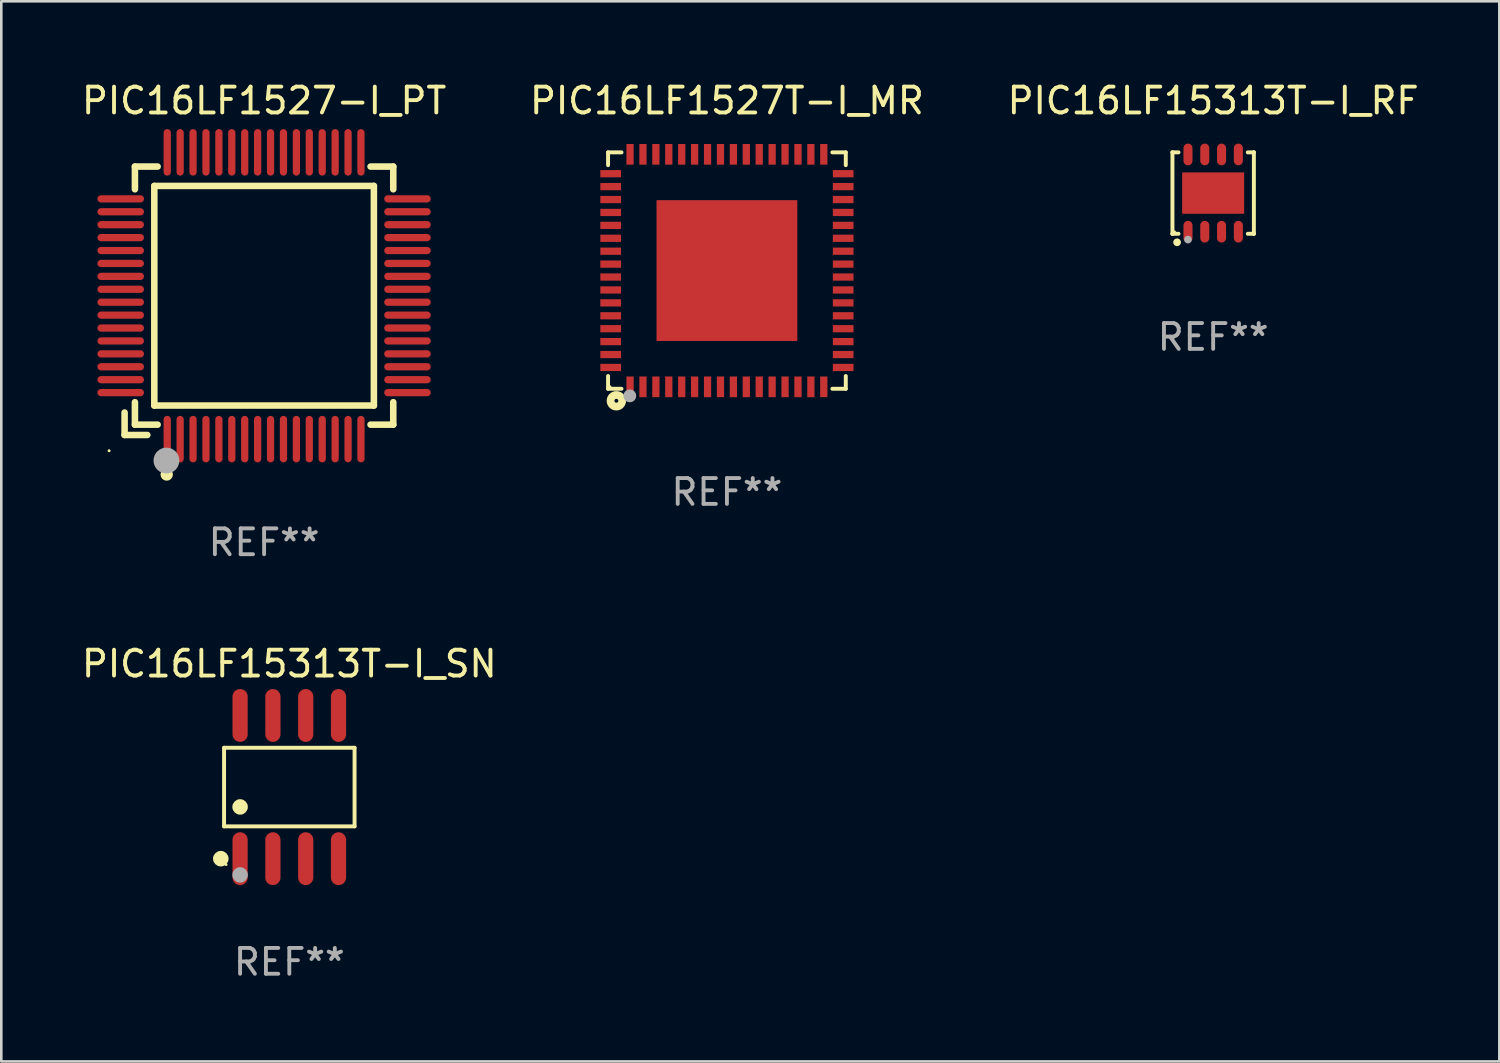
<source format=kicad_pcb>
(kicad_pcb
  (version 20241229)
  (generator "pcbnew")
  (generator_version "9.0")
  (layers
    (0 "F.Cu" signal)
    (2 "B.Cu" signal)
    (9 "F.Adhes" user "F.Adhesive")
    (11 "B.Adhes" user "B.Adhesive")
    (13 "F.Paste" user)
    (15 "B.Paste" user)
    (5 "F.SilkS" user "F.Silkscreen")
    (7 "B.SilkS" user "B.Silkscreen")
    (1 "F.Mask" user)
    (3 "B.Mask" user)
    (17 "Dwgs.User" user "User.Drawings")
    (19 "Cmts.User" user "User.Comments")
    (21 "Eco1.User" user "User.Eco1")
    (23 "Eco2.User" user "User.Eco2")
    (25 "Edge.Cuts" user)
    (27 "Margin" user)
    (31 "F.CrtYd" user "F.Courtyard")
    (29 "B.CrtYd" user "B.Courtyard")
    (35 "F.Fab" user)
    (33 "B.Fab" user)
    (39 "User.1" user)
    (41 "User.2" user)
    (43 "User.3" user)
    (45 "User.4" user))
  (footprint "PIC16LF1527-I_PT"
    (layer "F.Cu")
    (at 7.173 8.398)
    (property "Reference" "PIC16LF1527-I_PT" (at 0 -7.55 0) (layer "F.SilkS") (effects (font (size 1 1) (thickness 0.15))))
    (attr through_hole)
    (fp_line (start -5.4 4.521) (end -5.4 5.39) (stroke (width 0.254) (type solid)) (layer "F.SilkS"))
    (fp_line (start -5.4 5.39) (end -4.521 5.39) (stroke (width 0.254) (type solid)) (layer "F.SilkS"))
    (fp_line (start -5 -5) (end -5 -4.121) (stroke (width 0.254) (type solid)) (layer "F.SilkS"))
    (fp_line (start -5 4.121) (end -5 4.99) (stroke (width 0.254) (type solid)) (layer "F.SilkS"))
    (fp_line (start -5 4.99) (end -4.121 4.99) (stroke (width 0.254) (type solid)) (layer "F.SilkS"))
    (fp_line (start -4.25 -4.25) (end -4.25 4.25) (stroke (width 0.254) (type solid)) (layer "F.SilkS"))
    (fp_line (start -4.25 4.25) (end 4.25 4.25) (stroke (width 0.254) (type solid)) (layer "F.SilkS"))
    (fp_line (start -4.121 -5) (end -5 -5) (stroke (width 0.254) (type solid)) (layer "F.SilkS"))
    (fp_line (start 4.121 4.99) (end 5 4.99) (stroke (width 0.254) (type solid)) (layer "F.SilkS"))
    (fp_line (start 4.25 -4.25) (end -4.25 -4.25) (stroke (width 0.254) (type solid)) (layer "F.SilkS"))
    (fp_line (start 4.25 4.25) (end 4.25 -4.25) (stroke (width 0.254) (type solid)) (layer "F.SilkS"))
    (fp_line (start 5 -5) (end 4.121 -5) (stroke (width 0.254) (type solid)) (layer "F.SilkS"))
    (fp_line (start 5 -4.121) (end 5 -5) (stroke (width 0.254) (type solid)) (layer "F.SilkS"))
    (fp_line (start 5 4.99) (end 5 4.121) (stroke (width 0.254) (type solid)) (layer "F.SilkS"))
    (fp_circle (center -6 6) (end -5.97 6) (stroke (width 0.06) (type solid)) (fill no) (layer "F.SilkS"))
    (fp_circle (center -3.77 6.92) (end -3.65 6.92) (stroke (width 0.24) (type solid)) (fill no) (layer "F.SilkS"))
    (fp_circle (center -3.78 6.38) (end -3.53 6.38) (stroke (width 0.5) (type solid)) (fill no) (layer "F.Fab"))
    (fp_text user "REF**" (at 0 9.55 0) (layer "F.Fab") (effects (font (size 1 1) (thickness 0.15))))
    (pad "1" smd oval (at -3.75 5.55) (size 0.28 1.8) (layers "F.Cu" "F.Mask" "F.Paste"))
    (pad "2" smd oval (at -3.25 5.55) (size 0.28 1.8) (layers "F.Cu" "F.Mask" "F.Paste"))
    (pad "3" smd oval (at -2.75 5.55) (size 0.28 1.8) (layers "F.Cu" "F.Mask" "F.Paste"))
    (pad "4" smd oval (at -2.25 5.55) (size 0.28 1.8) (layers "F.Cu" "F.Mask" "F.Paste"))
    (pad "5" smd oval (at -1.75 5.55) (size 0.28 1.8) (layers "F.Cu" "F.Mask" "F.Paste"))
    (pad "6" smd oval (at -1.25 5.55) (size 0.28 1.8) (layers "F.Cu" "F.Mask" "F.Paste"))
    (pad "7" smd oval (at -0.75 5.55) (size 0.28 1.8) (layers "F.Cu" "F.Mask" "F.Paste"))
    (pad "8" smd oval (at -0.25 5.55) (size 0.28 1.8) (layers "F.Cu" "F.Mask" "F.Paste"))
    (pad "9" smd oval (at 0.25 5.55) (size 0.28 1.8) (layers "F.Cu" "F.Mask" "F.Paste"))
    (pad "10" smd oval (at 0.75 5.55) (size 0.28 1.8) (layers "F.Cu" "F.Mask" "F.Paste"))
    (pad "11" smd oval (at 1.25 5.55) (size 0.28 1.8) (layers "F.Cu" "F.Mask" "F.Paste"))
    (pad "12" smd oval (at 1.75 5.55) (size 0.28 1.8) (layers "F.Cu" "F.Mask" "F.Paste"))
    (pad "13" smd oval (at 2.25 5.55) (size 0.28 1.8) (layers "F.Cu" "F.Mask" "F.Paste"))
    (pad "14" smd oval (at 2.75 5.55) (size 0.28 1.8) (layers "F.Cu" "F.Mask" "F.Paste"))
    (pad "15" smd oval (at 3.25 5.55) (size 0.28 1.8) (layers "F.Cu" "F.Mask" "F.Paste"))
    (pad "16" smd oval (at 3.75 5.55) (size 0.28 1.8) (layers "F.Cu" "F.Mask" "F.Paste"))
    (pad "17" smd oval (at 5.55 3.75) (size 1.8 0.28) (layers "F.Cu" "F.Mask" "F.Paste"))
    (pad "18" smd oval (at 5.55 3.25) (size 1.8 0.28) (layers "F.Cu" "F.Mask" "F.Paste"))
    (pad "19" smd oval (at 5.55 2.75) (size 1.8 0.28) (layers "F.Cu" "F.Mask" "F.Paste"))
    (pad "20" smd oval (at 5.55 2.25) (size 1.8 0.28) (layers "F.Cu" "F.Mask" "F.Paste"))
    (pad "21" smd oval (at 5.55 1.75) (size 1.8 0.28) (layers "F.Cu" "F.Mask" "F.Paste"))
    (pad "22" smd oval (at 5.55 1.25) (size 1.8 0.28) (layers "F.Cu" "F.Mask" "F.Paste"))
    (pad "23" smd oval (at 5.55 0.75) (size 1.8 0.28) (layers "F.Cu" "F.Mask" "F.Paste"))
    (pad "24" smd oval (at 5.55 0.25) (size 1.8 0.28) (layers "F.Cu" "F.Mask" "F.Paste"))
    (pad "25" smd oval (at 5.55 -0.25) (size 1.8 0.28) (layers "F.Cu" "F.Mask" "F.Paste"))
    (pad "26" smd oval (at 5.55 -0.75) (size 1.8 0.28) (layers "F.Cu" "F.Mask" "F.Paste"))
    (pad "27" smd oval (at 5.55 -1.25) (size 1.8 0.28) (layers "F.Cu" "F.Mask" "F.Paste"))
    (pad "28" smd oval (at 5.55 -1.75) (size 1.8 0.28) (layers "F.Cu" "F.Mask" "F.Paste"))
    (pad "29" smd oval (at 5.55 -2.25) (size 1.8 0.28) (layers "F.Cu" "F.Mask" "F.Paste"))
    (pad "30" smd oval (at 5.55 -2.75) (size 1.8 0.28) (layers "F.Cu" "F.Mask" "F.Paste"))
    (pad "31" smd oval (at 5.55 -3.25) (size 1.8 0.28) (layers "F.Cu" "F.Mask" "F.Paste"))
    (pad "32" smd oval (at 5.55 -3.75) (size 1.8 0.28) (layers "F.Cu" "F.Mask" "F.Paste"))
    (pad "33" smd oval (at 3.75 -5.55) (size 0.28 1.8) (layers "F.Cu" "F.Mask" "F.Paste"))
    (pad "34" smd oval (at 3.25 -5.55) (size 0.28 1.8) (layers "F.Cu" "F.Mask" "F.Paste"))
    (pad "35" smd oval (at 2.75 -5.55) (size 0.28 1.8) (layers "F.Cu" "F.Mask" "F.Paste"))
    (pad "36" smd oval (at 2.25 -5.55) (size 0.28 1.8) (layers "F.Cu" "F.Mask" "F.Paste"))
    (pad "37" smd oval (at 1.75 -5.55) (size 0.28 1.8) (layers "F.Cu" "F.Mask" "F.Paste"))
    (pad "38" smd oval (at 1.25 -5.55) (size 0.28 1.8) (layers "F.Cu" "F.Mask" "F.Paste"))
    (pad "39" smd oval (at 0.75 -5.55) (size 0.28 1.8) (layers "F.Cu" "F.Mask" "F.Paste"))
    (pad "40" smd oval (at 0.25 -5.55) (size 0.28 1.8) (layers "F.Cu" "F.Mask" "F.Paste"))
    (pad "41" smd oval (at -0.25 -5.55) (size 0.28 1.8) (layers "F.Cu" "F.Mask" "F.Paste"))
    (pad "42" smd oval (at -0.75 -5.55) (size 0.28 1.8) (layers "F.Cu" "F.Mask" "F.Paste"))
    (pad "43" smd oval (at -1.25 -5.55) (size 0.28 1.8) (layers "F.Cu" "F.Mask" "F.Paste"))
    (pad "44" smd oval (at -1.75 -5.55) (size 0.28 1.8) (layers "F.Cu" "F.Mask" "F.Paste"))
    (pad "45" smd oval (at -2.25 -5.55) (size 0.28 1.8) (layers "F.Cu" "F.Mask" "F.Paste"))
    (pad "46" smd oval (at -2.75 -5.55) (size 0.28 1.8) (layers "F.Cu" "F.Mask" "F.Paste"))
    (pad "47" smd oval (at -3.25 -5.55) (size 0.28 1.8) (layers "F.Cu" "F.Mask" "F.Paste"))
    (pad "48" smd oval (at -3.75 -5.55) (size 0.28 1.8) (layers "F.Cu" "F.Mask" "F.Paste"))
    (pad "49" smd oval (at -5.55 -3.75) (size 1.8 0.28) (layers "F.Cu" "F.Mask" "F.Paste"))
    (pad "50" smd oval (at -5.55 -3.25) (size 1.8 0.28) (layers "F.Cu" "F.Mask" "F.Paste"))
    (pad "51" smd oval (at -5.55 -2.75) (size 1.8 0.28) (layers "F.Cu" "F.Mask" "F.Paste"))
    (pad "52" smd oval (at -5.55 -2.25) (size 1.8 0.28) (layers "F.Cu" "F.Mask" "F.Paste"))
    (pad "53" smd oval (at -5.55 -1.75) (size 1.8 0.28) (layers "F.Cu" "F.Mask" "F.Paste"))
    (pad "54" smd oval (at -5.55 -1.25) (size 1.8 0.28) (layers "F.Cu" "F.Mask" "F.Paste"))
    (pad "55" smd oval (at -5.55 -0.75) (size 1.8 0.28) (layers "F.Cu" "F.Mask" "F.Paste"))
    (pad "56" smd oval (at -5.55 -0.25) (size 1.8 0.28) (layers "F.Cu" "F.Mask" "F.Paste"))
    (pad "57" smd oval (at -5.55 0.25) (size 1.8 0.28) (layers "F.Cu" "F.Mask" "F.Paste"))
    (pad "58" smd oval (at -5.55 0.75) (size 1.8 0.28) (layers "F.Cu" "F.Mask" "F.Paste"))
    (pad "59" smd oval (at -5.55 1.25) (size 1.8 0.28) (layers "F.Cu" "F.Mask" "F.Paste"))
    (pad "60" smd oval (at -5.55 1.75) (size 1.8 0.28) (layers "F.Cu" "F.Mask" "F.Paste"))
    (pad "61" smd oval (at -5.55 2.25) (size 1.8 0.28) (layers "F.Cu" "F.Mask" "F.Paste"))
    (pad "62" smd oval (at -5.55 2.75) (size 1.8 0.28) (layers "F.Cu" "F.Mask" "F.Paste"))
    (pad "63" smd oval (at -5.55 3.25) (size 1.8 0.28) (layers "F.Cu" "F.Mask" "F.Paste"))
    (pad "64" smd oval (at -5.55 3.75) (size 1.8 0.28) (layers "F.Cu" "F.Mask" "F.Paste")))
  (footprint "PIC16LF1527T-I_MR"
    (layer "F.Cu")
    (at 25.089 7.424)
    (property "Reference" "PIC16LF1527T-I_MR" (at 0 -6.576 0) (layer "F.SilkS") (effects (font (size 1 1) (thickness 0.15))))
    (attr through_hole)
    (fp_line (start -4.601 -4.576) (end -4.081 -4.576) (stroke (width 0.152) (type solid)) (layer "F.SilkS"))
    (fp_line (start -4.601 -4.081) (end -4.601 -4.576) (stroke (width 0.152) (type solid)) (layer "F.SilkS"))
    (fp_line (start -4.601 4.081) (end -4.601 4.576) (stroke (width 0.152) (type solid)) (layer "F.SilkS"))
    (fp_line (start -4.601 4.576) (end -4.081 4.576) (stroke (width 0.152) (type solid)) (layer "F.SilkS"))
    (fp_line (start 4.601 -4.576) (end 4.081 -4.576) (stroke (width 0.152) (type solid)) (layer "F.SilkS"))
    (fp_line (start 4.601 -4.081) (end 4.601 -4.576) (stroke (width 0.152) (type solid)) (layer "F.SilkS"))
    (fp_line (start 4.601 4.081) (end 4.601 4.576) (stroke (width 0.152) (type solid)) (layer "F.SilkS"))
    (fp_line (start 4.601 4.576) (end 4.081 4.576) (stroke (width 0.152) (type solid)) (layer "F.SilkS"))
    (fp_circle (center -4.525 4.5) (end -4.495 4.5) (stroke (width 0.06) (type solid)) (fill no) (layer "F.SilkS"))
    (fp_circle (center -4.28 5.04) (end -4.205 5.04) (stroke (width 0.3) (type solid)) (fill no) (layer "F.SilkS"))
    (fp_circle (center -3.76 4.85) (end -3.635 4.85) (stroke (width 0.25) (type solid)) (fill no) (layer "F.Fab"))
    (fp_text user "REF**" (at 0 8.576 0) (layer "F.Fab") (effects (font (size 1 1) (thickness 0.15))))
    (pad "1" smd rect (at -3.75 4.5) (size 0.28 0.8) (layers "F.Cu" "F.Mask" "F.Paste"))
    (pad "2" smd rect (at -3.25 4.5) (size 0.28 0.8) (layers "F.Cu" "F.Mask" "F.Paste"))
    (pad "3" smd rect (at -2.75 4.5) (size 0.28 0.8) (layers "F.Cu" "F.Mask" "F.Paste"))
    (pad "4" smd rect (at -2.25 4.5) (size 0.28 0.8) (layers "F.Cu" "F.Mask" "F.Paste"))
    (pad "5" smd rect (at -1.75 4.5) (size 0.28 0.8) (layers "F.Cu" "F.Mask" "F.Paste"))
    (pad "6" smd rect (at -1.25 4.5) (size 0.28 0.8) (layers "F.Cu" "F.Mask" "F.Paste"))
    (pad "7" smd rect (at -0.75 4.5) (size 0.28 0.8) (layers "F.Cu" "F.Mask" "F.Paste"))
    (pad "8" smd rect (at -0.25 4.5) (size 0.28 0.8) (layers "F.Cu" "F.Mask" "F.Paste"))
    (pad "9" smd rect (at 0.25 4.5) (size 0.28 0.8) (layers "F.Cu" "F.Mask" "F.Paste"))
    (pad "10" smd rect (at 0.75 4.5) (size 0.28 0.8) (layers "F.Cu" "F.Mask" "F.Paste"))
    (pad "11" smd rect (at 1.25 4.5) (size 0.28 0.8) (layers "F.Cu" "F.Mask" "F.Paste"))
    (pad "12" smd rect (at 1.75 4.5) (size 0.28 0.8) (layers "F.Cu" "F.Mask" "F.Paste"))
    (pad "13" smd rect (at 2.25 4.5) (size 0.28 0.8) (layers "F.Cu" "F.Mask" "F.Paste"))
    (pad "14" smd rect (at 2.75 4.5) (size 0.28 0.8) (layers "F.Cu" "F.Mask" "F.Paste"))
    (pad "15" smd rect (at 3.25 4.5) (size 0.28 0.8) (layers "F.Cu" "F.Mask" "F.Paste"))
    (pad "16" smd rect (at 3.75 4.5) (size 0.28 0.8) (layers "F.Cu" "F.Mask" "F.Paste"))
    (pad "17" smd rect (at 4.5 3.75) (size 0.8 0.28) (layers "F.Cu" "F.Mask" "F.Paste"))
    (pad "18" smd rect (at 4.5 3.25) (size 0.8 0.28) (layers "F.Cu" "F.Mask" "F.Paste"))
    (pad "19" smd rect (at 4.5 2.75) (size 0.8 0.28) (layers "F.Cu" "F.Mask" "F.Paste"))
    (pad "20" smd rect (at 4.5 2.25) (size 0.8 0.28) (layers "F.Cu" "F.Mask" "F.Paste"))
    (pad "21" smd rect (at 4.5 1.75) (size 0.8 0.28) (layers "F.Cu" "F.Mask" "F.Paste"))
    (pad "22" smd rect (at 4.5 1.25) (size 0.8 0.28) (layers "F.Cu" "F.Mask" "F.Paste"))
    (pad "23" smd rect (at 4.5 0.75) (size 0.8 0.28) (layers "F.Cu" "F.Mask" "F.Paste"))
    (pad "24" smd rect (at 4.5 0.25) (size 0.8 0.28) (layers "F.Cu" "F.Mask" "F.Paste"))
    (pad "25" smd rect (at 4.5 -0.25) (size 0.8 0.28) (layers "F.Cu" "F.Mask" "F.Paste"))
    (pad "26" smd rect (at 4.5 -0.75) (size 0.8 0.28) (layers "F.Cu" "F.Mask" "F.Paste"))
    (pad "27" smd rect (at 4.5 -1.25) (size 0.8 0.28) (layers "F.Cu" "F.Mask" "F.Paste"))
    (pad "28" smd rect (at 4.5 -1.75) (size 0.8 0.28) (layers "F.Cu" "F.Mask" "F.Paste"))
    (pad "29" smd rect (at 4.5 -2.25) (size 0.8 0.28) (layers "F.Cu" "F.Mask" "F.Paste"))
    (pad "30" smd rect (at 4.5 -2.75) (size 0.8 0.28) (layers "F.Cu" "F.Mask" "F.Paste"))
    (pad "31" smd rect (at 4.5 -3.25) (size 0.8 0.28) (layers "F.Cu" "F.Mask" "F.Paste"))
    (pad "32" smd rect (at 4.5 -3.75) (size 0.8 0.28) (layers "F.Cu" "F.Mask" "F.Paste"))
    (pad "33" smd rect (at 3.75 -4.5) (size 0.28 0.8) (layers "F.Cu" "F.Mask" "F.Paste"))
    (pad "34" smd rect (at 3.25 -4.5) (size 0.28 0.8) (layers "F.Cu" "F.Mask" "F.Paste"))
    (pad "35" smd rect (at 2.75 -4.5) (size 0.28 0.8) (layers "F.Cu" "F.Mask" "F.Paste"))
    (pad "36" smd rect (at 2.25 -4.5) (size 0.28 0.8) (layers "F.Cu" "F.Mask" "F.Paste"))
    (pad "37" smd rect (at 1.75 -4.5) (size 0.28 0.8) (layers "F.Cu" "F.Mask" "F.Paste"))
    (pad "38" smd rect (at 1.25 -4.5) (size 0.28 0.8) (layers "F.Cu" "F.Mask" "F.Paste"))
    (pad "39" smd rect (at 0.75 -4.5) (size 0.28 0.8) (layers "F.Cu" "F.Mask" "F.Paste"))
    (pad "40" smd rect (at 0.25 -4.5) (size 0.28 0.8) (layers "F.Cu" "F.Mask" "F.Paste"))
    (pad "41" smd rect (at -0.25 -4.5) (size 0.28 0.8) (layers "F.Cu" "F.Mask" "F.Paste"))
    (pad "42" smd rect (at -0.75 -4.5) (size 0.28 0.8) (layers "F.Cu" "F.Mask" "F.Paste"))
    (pad "43" smd rect (at -1.25 -4.5) (size 0.28 0.8) (layers "F.Cu" "F.Mask" "F.Paste"))
    (pad "44" smd rect (at -1.75 -4.5) (size 0.28 0.8) (layers "F.Cu" "F.Mask" "F.Paste"))
    (pad "45" smd rect (at -2.25 -4.5) (size 0.28 0.8) (layers "F.Cu" "F.Mask" "F.Paste"))
    (pad "46" smd rect (at -2.75 -4.5) (size 0.28 0.8) (layers "F.Cu" "F.Mask" "F.Paste"))
    (pad "47" smd rect (at -3.25 -4.5) (size 0.28 0.8) (layers "F.Cu" "F.Mask" "F.Paste"))
    (pad "48" smd rect (at -3.75 -4.5) (size 0.28 0.8) (layers "F.Cu" "F.Mask" "F.Paste"))
    (pad "49" smd rect (at -4.5 -3.75) (size 0.8 0.28) (layers "F.Cu" "F.Mask" "F.Paste"))
    (pad "50" smd rect (at -4.5 -3.25) (size 0.8 0.28) (layers "F.Cu" "F.Mask" "F.Paste"))
    (pad "51" smd rect (at -4.5 -2.75) (size 0.8 0.28) (layers "F.Cu" "F.Mask" "F.Paste"))
    (pad "52" smd rect (at -4.5 -2.25) (size 0.8 0.28) (layers "F.Cu" "F.Mask" "F.Paste"))
    (pad "53" smd rect (at -4.5 -1.75) (size 0.8 0.28) (layers "F.Cu" "F.Mask" "F.Paste"))
    (pad "54" smd rect (at -4.5 -1.25) (size 0.8 0.28) (layers "F.Cu" "F.Mask" "F.Paste"))
    (pad "55" smd rect (at -4.5 -0.75) (size 0.8 0.28) (layers "F.Cu" "F.Mask" "F.Paste"))
    (pad "56" smd rect (at -4.5 -0.25) (size 0.8 0.28) (layers "F.Cu" "F.Mask" "F.Paste"))
    (pad "57" smd rect (at -4.5 0.25) (size 0.8 0.28) (layers "F.Cu" "F.Mask" "F.Paste"))
    (pad "58" smd rect (at -4.5 0.75) (size 0.8 0.28) (layers "F.Cu" "F.Mask" "F.Paste"))
    (pad "59" smd rect (at -4.5 1.25) (size 0.8 0.28) (layers "F.Cu" "F.Mask" "F.Paste"))
    (pad "60" smd rect (at -4.5 1.75) (size 0.8 0.28) (layers "F.Cu" "F.Mask" "F.Paste"))
    (pad "61" smd rect (at -4.5 2.25) (size 0.8 0.28) (layers "F.Cu" "F.Mask" "F.Paste"))
    (pad "62" smd rect (at -4.5 2.75) (size 0.8 0.28) (layers "F.Cu" "F.Mask" "F.Paste"))
    (pad "63" smd rect (at -4.5 3.25) (size 0.8 0.28) (layers "F.Cu" "F.Mask" "F.Paste"))
    (pad "64" smd rect (at -4.5 3.75) (size 0.8 0.28) (layers "F.Cu" "F.Mask" "F.Paste"))
    (pad "65" smd rect (at 0 0) (size 5.45 5.45) (layers "F.Cu" "F.Mask" "F.Paste")))
  (footprint "PIC16LF15313T-I_SN"
    (layer "F.Cu")
    (at 8.149 27.417)
    (property "Reference" "PIC16LF15313T-I_SN" (at 0 -4.772 0) (layer "F.SilkS") (effects (font (size 1 1) (thickness 0.15))))
    (attr through_hole)
    (fp_line (start -2.526 -1.521) (end 2.526 -1.521) (stroke (width 0.152) (type solid)) (layer "F.SilkS"))
    (fp_line (start -2.526 1.521) (end -2.526 -1.521) (stroke (width 0.152) (type solid)) (layer "F.SilkS"))
    (fp_line (start 2.526 -1.521) (end 2.526 1.521) (stroke (width 0.152) (type solid)) (layer "F.SilkS"))
    (fp_line (start 2.526 1.521) (end -2.526 1.521) (stroke (width 0.152) (type solid)) (layer "F.SilkS"))
    (fp_circle (center -2.652 2.772) (end -2.501 2.772) (stroke (width 0.3) (type solid)) (fill no) (layer "F.SilkS"))
    (fp_circle (center -2.45 3) (end -2.42 3) (stroke (width 0.06) (type solid)) (fill no) (layer "F.SilkS"))
    (fp_circle (center -1.905 0.769) (end -1.755 0.769) (stroke (width 0.3) (type solid)) (fill no) (layer "F.SilkS"))
    (fp_circle (center -1.905 3.4) (end -1.755 3.4) (stroke (width 0.3) (type solid)) (fill no) (layer "F.Fab"))
    (fp_text user "REF**" (at 0 6.772 0) (layer "F.Fab") (effects (font (size 1 1) (thickness 0.15))))
    (pad "1" smd oval (at -1.905 2.772) (size 0.588 2.045) (layers "F.Cu" "F.Mask" "F.Paste"))
    (pad "2" smd oval (at -0.635 2.772) (size 0.588 2.045) (layers "F.Cu" "F.Mask" "F.Paste"))
    (pad "3" smd oval (at 0.635 2.772) (size 0.588 2.045) (layers "F.Cu" "F.Mask" "F.Paste"))
    (pad "4" smd oval (at 1.905 2.772) (size 0.588 2.045) (layers "F.Cu" "F.Mask" "F.Paste"))
    (pad "5" smd oval (at 1.905 -2.772) (size 0.588 2.045) (layers "F.Cu" "F.Mask" "F.Paste"))
    (pad "6" smd oval (at 0.635 -2.772) (size 0.588 2.045) (layers "F.Cu" "F.Mask" "F.Paste"))
    (pad "7" smd oval (at -0.635 -2.772) (size 0.588 2.045) (layers "F.Cu" "F.Mask" "F.Paste"))
    (pad "8" smd oval (at -1.905 -2.772) (size 0.588 2.045) (layers "F.Cu" "F.Mask" "F.Paste")))
  (footprint "PIC16LF15313T-I_RF"
    (layer "F.Cu")
    (at 43.911 4.424)
    (property "Reference" "PIC16LF15313T-I_RF" (at 0 -3.576 0) (layer "F.SilkS") (effects (font (size 1 1) (thickness 0.15))))
    (attr through_hole)
    (fp_line (start -1.576 -1.576) (end -1.576 -1.576) (stroke (width 0.152) (type solid)) (layer "F.SilkS"))
    (fp_line (start -1.576 -1.576) (end -1.341 -1.576) (stroke (width 0.152) (type solid)) (layer "F.SilkS"))
    (fp_line (start -1.576 1.576) (end -1.576 -1.576) (stroke (width 0.152) (type solid)) (layer "F.SilkS"))
    (fp_line (start -1.576 1.576) (end -1.576 1.576) (stroke (width 0.152) (type solid)) (layer "F.SilkS"))
    (fp_line (start -1.341 1.576) (end -1.576 1.576) (stroke (width 0.152) (type solid)) (layer "F.SilkS"))
    (fp_line (start 1.341 1.576) (end 1.576 1.576) (stroke (width 0.152) (type solid)) (layer "F.SilkS"))
    (fp_line (start 1.576 -1.576) (end 1.341 -1.576) (stroke (width 0.152) (type solid)) (layer "F.SilkS"))
    (fp_line (start 1.576 -1.576) (end 1.576 -1.576) (stroke (width 0.152) (type solid)) (layer "F.SilkS"))
    (fp_line (start 1.576 1.576) (end 1.576 -1.576) (stroke (width 0.152) (type solid)) (layer "F.SilkS"))
    (fp_line (start 1.576 1.576) (end 1.576 1.576) (stroke (width 0.152) (type solid)) (layer "F.SilkS"))
    (fp_circle (center -1.5 1.5) (end -1.47 1.5) (stroke (width 0.06) (type solid)) (fill no) (layer "F.SilkS"))
    (fp_circle (center -1.397 1.905) (end -1.322 1.905) (stroke (width 0.15) (type solid)) (fill no) (layer "F.SilkS"))
    (fp_circle (center -0.975 1.8) (end -0.9 1.8) (stroke (width 0.15) (type solid)) (fill no) (layer "F.Fab"))
    (fp_text user "REF**" (at 0 5.576 0) (layer "F.Fab") (effects (font (size 1 1) (thickness 0.15))))
    (pad "1" smd oval (at -0.975 1.495) (size 0.35 0.84) (layers "F.Cu" "F.Mask" "F.Paste"))
    (pad "2" smd oval (at -0.325 1.495) (size 0.35 0.84) (layers "F.Cu" "F.Mask" "F.Paste"))
    (pad "3" smd oval (at 0.325 1.495) (size 0.35 0.84) (layers "F.Cu" "F.Mask" "F.Paste"))
    (pad "4" smd oval (at 0.975 1.495) (size 0.35 0.84) (layers "F.Cu" "F.Mask" "F.Paste"))
    (pad "5" smd oval (at 0.975 -1.495) (size 0.35 0.84) (layers "F.Cu" "F.Mask" "F.Paste"))
    (pad "6" smd oval (at 0.325 -1.495) (size 0.35 0.84) (layers "F.Cu" "F.Mask" "F.Paste"))
    (pad "7" smd oval (at -0.325 -1.495) (size 0.35 0.84) (layers "F.Cu" "F.Mask" "F.Paste"))
    (pad "8" smd oval (at -0.975 -1.495) (size 0.35 0.84) (layers "F.Cu" "F.Mask" "F.Paste"))
    (pad "9" smd rect (at 0 0) (size 2.4 1.6) (layers "F.Cu" "F.Mask" "F.Paste")))
  (gr_rect
    (start -3 -3)
    (end 54.988 38.038)
    (stroke (width 0.1) (type default))
    (fill no)
    (layer "Edge.Cuts")))
</source>
